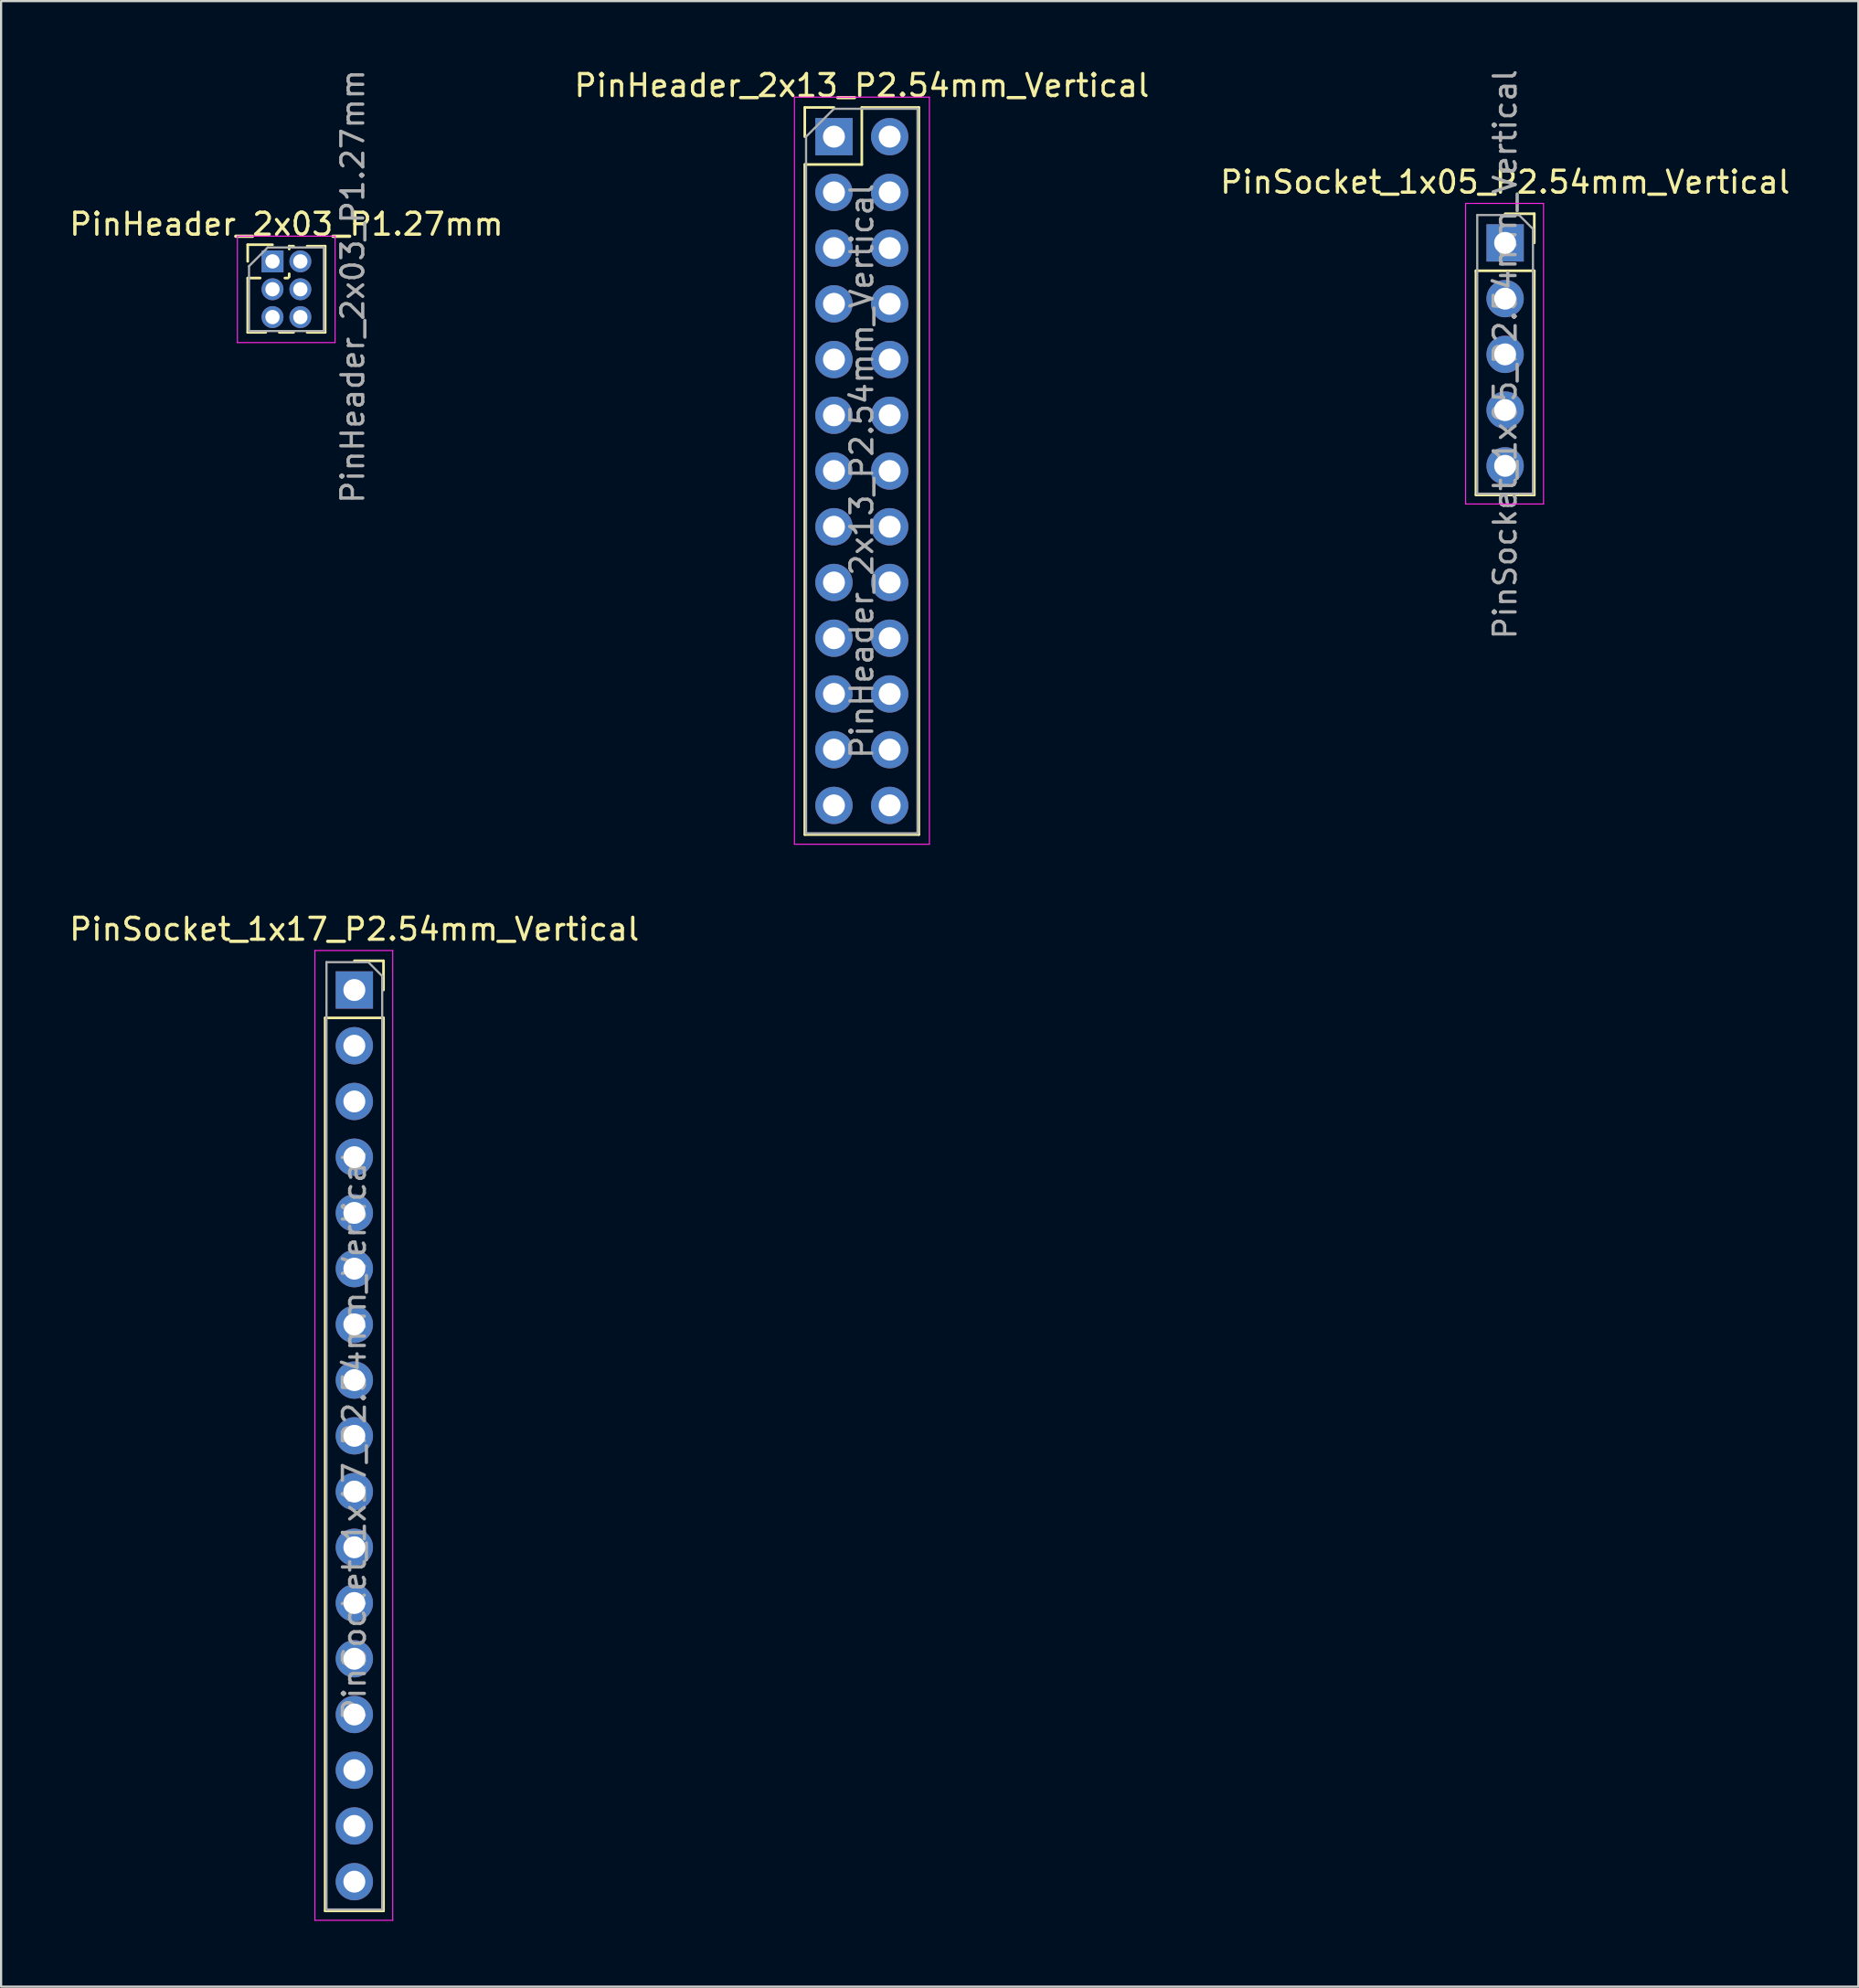
<source format=kicad_pcb>
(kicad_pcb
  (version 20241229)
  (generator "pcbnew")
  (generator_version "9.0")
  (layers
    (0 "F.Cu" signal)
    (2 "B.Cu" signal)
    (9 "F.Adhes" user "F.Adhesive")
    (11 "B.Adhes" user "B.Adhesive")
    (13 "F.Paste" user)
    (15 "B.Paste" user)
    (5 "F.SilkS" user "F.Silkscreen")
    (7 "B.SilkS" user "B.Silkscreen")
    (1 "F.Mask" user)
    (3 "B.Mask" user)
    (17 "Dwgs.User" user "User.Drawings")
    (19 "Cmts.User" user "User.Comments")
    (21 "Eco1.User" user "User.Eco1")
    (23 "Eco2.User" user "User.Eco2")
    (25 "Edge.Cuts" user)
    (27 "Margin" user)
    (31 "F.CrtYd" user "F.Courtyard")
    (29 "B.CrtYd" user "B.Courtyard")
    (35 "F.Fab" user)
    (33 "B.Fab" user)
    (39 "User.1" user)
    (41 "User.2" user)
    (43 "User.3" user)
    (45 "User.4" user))
  (footprint "PinSocket_1x05_P2.54mm_Vertical"
    (layer "F.Cu")
    (at 65.554 8.021)
    (property "Reference" "PinSocket_1x05_P2.54mm_Vertical" (at 0 -2.77 0) (layer "F.SilkS") (effects (font (size 1 1) (thickness 0.15))))
    (attr through_hole)
    (fp_line (start -1.33 1.27) (end -1.33 11.49) (stroke (width 0.12) (type solid)) (layer "F.SilkS"))
    (fp_line (start -1.33 1.27) (end 1.33 1.27) (stroke (width 0.12) (type solid)) (layer "F.SilkS"))
    (fp_line (start -1.33 11.49) (end 1.33 11.49) (stroke (width 0.12) (type solid)) (layer "F.SilkS"))
    (fp_line (start 0 -1.33) (end 1.33 -1.33) (stroke (width 0.12) (type solid)) (layer "F.SilkS"))
    (fp_line (start 1.33 -1.33) (end 1.33 0) (stroke (width 0.12) (type solid)) (layer "F.SilkS"))
    (fp_line (start 1.33 1.27) (end 1.33 11.49) (stroke (width 0.12) (type solid)) (layer "F.SilkS"))
    (fp_line (start -1.8 -1.8) (end 1.75 -1.8) (stroke (width 0.05) (type solid)) (layer "F.CrtYd"))
    (fp_line (start -1.8 11.9) (end -1.8 -1.8) (stroke (width 0.05) (type solid)) (layer "F.CrtYd"))
    (fp_line (start 1.75 -1.8) (end 1.75 11.9) (stroke (width 0.05) (type solid)) (layer "F.CrtYd"))
    (fp_line (start 1.75 11.9) (end -1.8 11.9) (stroke (width 0.05) (type solid)) (layer "F.CrtYd"))
    (fp_line (start -1.27 -1.27) (end 0.635 -1.27) (stroke (width 0.1) (type solid)) (layer "F.Fab"))
    (fp_line (start -1.27 11.43) (end -1.27 -1.27) (stroke (width 0.1) (type solid)) (layer "F.Fab"))
    (fp_line (start 0.635 -1.27) (end 1.27 -0.635) (stroke (width 0.1) (type solid)) (layer "F.Fab"))
    (fp_line (start 1.27 -0.635) (end 1.27 11.43) (stroke (width 0.1) (type solid)) (layer "F.Fab"))
    (fp_line (start 1.27 11.43) (end -1.27 11.43) (stroke (width 0.1) (type solid)) (layer "F.Fab"))
    (fp_text user "${REFERENCE}" (at 0 5.08 90) (layer "F.Fab") (effects (font (size 1 1) (thickness 0.15))))
    (pad "1" thru_hole rect (at 0 0) (size 1.7 1.7) (drill 1) (layers "*.Cu" "*.Mask"))
    (pad "2" thru_hole oval (at 0 2.54) (size 1.7 1.7) (drill 1) (layers "*.Cu" "*.Mask"))
    (pad "3" thru_hole oval (at 0 5.08) (size 1.7 1.7) (drill 1) (layers "*.Cu" "*.Mask"))
    (pad "4" thru_hole oval (at 0 7.62) (size 1.7 1.7) (drill 1) (layers "*.Cu" "*.Mask"))
    (pad "5" thru_hole oval (at 0 10.16) (size 1.7 1.7) (drill 1) (layers "*.Cu" "*.Mask")))
  (footprint "PinHeader_2x13_P2.54mm_Vertical"
    (layer "F.Cu")
    (at 34.962 3.178)
    (property "Reference" "PinHeader_2x13_P2.54mm_Vertical" (at 1.27 -2.33 0) (layer "F.SilkS") (effects (font (size 1 1) (thickness 0.15))))
    (attr through_hole)
    (fp_line (start -1.33 -1.33) (end 0 -1.33) (stroke (width 0.12) (type solid)) (layer "F.SilkS"))
    (fp_line (start -1.33 0) (end -1.33 -1.33) (stroke (width 0.12) (type solid)) (layer "F.SilkS"))
    (fp_line (start -1.33 1.27) (end -1.33 31.81) (stroke (width 0.12) (type solid)) (layer "F.SilkS"))
    (fp_line (start -1.33 1.27) (end 1.27 1.27) (stroke (width 0.12) (type solid)) (layer "F.SilkS"))
    (fp_line (start -1.33 31.81) (end 3.87 31.81) (stroke (width 0.12) (type solid)) (layer "F.SilkS"))
    (fp_line (start 1.27 -1.33) (end 3.87 -1.33) (stroke (width 0.12) (type solid)) (layer "F.SilkS"))
    (fp_line (start 1.27 1.27) (end 1.27 -1.33) (stroke (width 0.12) (type solid)) (layer "F.SilkS"))
    (fp_line (start 3.87 -1.33) (end 3.87 31.81) (stroke (width 0.12) (type solid)) (layer "F.SilkS"))
    (fp_line (start -1.8 -1.8) (end -1.8 32.25) (stroke (width 0.05) (type solid)) (layer "F.CrtYd"))
    (fp_line (start -1.8 32.25) (end 4.35 32.25) (stroke (width 0.05) (type solid)) (layer "F.CrtYd"))
    (fp_line (start 4.35 -1.8) (end -1.8 -1.8) (stroke (width 0.05) (type solid)) (layer "F.CrtYd"))
    (fp_line (start 4.35 32.25) (end 4.35 -1.8) (stroke (width 0.05) (type solid)) (layer "F.CrtYd"))
    (fp_line (start -1.27 0) (end 0 -1.27) (stroke (width 0.1) (type solid)) (layer "F.Fab"))
    (fp_line (start -1.27 31.75) (end -1.27 0) (stroke (width 0.1) (type solid)) (layer "F.Fab"))
    (fp_line (start 0 -1.27) (end 3.81 -1.27) (stroke (width 0.1) (type solid)) (layer "F.Fab"))
    (fp_line (start 3.81 -1.27) (end 3.81 31.75) (stroke (width 0.1) (type solid)) (layer "F.Fab"))
    (fp_line (start 3.81 31.75) (end -1.27 31.75) (stroke (width 0.1) (type solid)) (layer "F.Fab"))
    (fp_text user "${REFERENCE}" (at 1.27 15.24 90) (layer "F.Fab") (effects (font (size 1 1) (thickness 0.15))))
    (pad "1" thru_hole rect (at 0 0) (size 1.7 1.7) (drill 1) (layers "*.Cu" "*.Mask"))
    (pad "2" thru_hole oval (at 2.54 0) (size 1.7 1.7) (drill 1) (layers "*.Cu" "*.Mask"))
    (pad "3" thru_hole oval (at 0 2.54) (size 1.7 1.7) (drill 1) (layers "*.Cu" "*.Mask"))
    (pad "4" thru_hole oval (at 2.54 2.54) (size 1.7 1.7) (drill 1) (layers "*.Cu" "*.Mask"))
    (pad "5" thru_hole oval (at 0 5.08) (size 1.7 1.7) (drill 1) (layers "*.Cu" "*.Mask"))
    (pad "6" thru_hole oval (at 2.54 5.08) (size 1.7 1.7) (drill 1) (layers "*.Cu" "*.Mask"))
    (pad "7" thru_hole oval (at 0 7.62) (size 1.7 1.7) (drill 1) (layers "*.Cu" "*.Mask"))
    (pad "8" thru_hole oval (at 2.54 7.62) (size 1.7 1.7) (drill 1) (layers "*.Cu" "*.Mask"))
    (pad "9" thru_hole oval (at 0 10.16) (size 1.7 1.7) (drill 1) (layers "*.Cu" "*.Mask"))
    (pad "10" thru_hole oval (at 2.54 10.16) (size 1.7 1.7) (drill 1) (layers "*.Cu" "*.Mask"))
    (pad "11" thru_hole oval (at 0 12.7) (size 1.7 1.7) (drill 1) (layers "*.Cu" "*.Mask"))
    (pad "12" thru_hole oval (at 2.54 12.7) (size 1.7 1.7) (drill 1) (layers "*.Cu" "*.Mask"))
    (pad "13" thru_hole oval (at 0 15.24) (size 1.7 1.7) (drill 1) (layers "*.Cu" "*.Mask"))
    (pad "14" thru_hole oval (at 2.54 15.24) (size 1.7 1.7) (drill 1) (layers "*.Cu" "*.Mask"))
    (pad "15" thru_hole oval (at 0 17.78) (size 1.7 1.7) (drill 1) (layers "*.Cu" "*.Mask"))
    (pad "16" thru_hole oval (at 2.54 17.78) (size 1.7 1.7) (drill 1) (layers "*.Cu" "*.Mask"))
    (pad "17" thru_hole oval (at 0 20.32) (size 1.7 1.7) (drill 1) (layers "*.Cu" "*.Mask"))
    (pad "18" thru_hole oval (at 2.54 20.32) (size 1.7 1.7) (drill 1) (layers "*.Cu" "*.Mask"))
    (pad "19" thru_hole oval (at 0 22.86) (size 1.7 1.7) (drill 1) (layers "*.Cu" "*.Mask"))
    (pad "20" thru_hole oval (at 2.54 22.86) (size 1.7 1.7) (drill 1) (layers "*.Cu" "*.Mask"))
    (pad "21" thru_hole oval (at 0 25.4) (size 1.7 1.7) (drill 1) (layers "*.Cu" "*.Mask"))
    (pad "22" thru_hole oval (at 2.54 25.4) (size 1.7 1.7) (drill 1) (layers "*.Cu" "*.Mask"))
    (pad "23" thru_hole oval (at 0 27.94) (size 1.7 1.7) (drill 1) (layers "*.Cu" "*.Mask"))
    (pad "24" thru_hole oval (at 2.54 27.94) (size 1.7 1.7) (drill 1) (layers "*.Cu" "*.Mask"))
    (pad "25" thru_hole oval (at 0 30.48) (size 1.7 1.7) (drill 1) (layers "*.Cu" "*.Mask"))
    (pad "26" thru_hole oval (at 2.54 30.48) (size 1.7 1.7) (drill 1) (layers "*.Cu" "*.Mask")))
  (footprint "PinHeader_2x03_P1.27mm"
    (layer "F.Cu")
    (at 9.371 8.863)
    (property "Reference" "PinHeader_2x03_P1.27mm" (at 0.635 -1.695 0) (layer "F.SilkS") (effects (font (size 1 1) (thickness 0.15))))
    (attr through_hole)
    (fp_line (start -1.13 -0.76) (end 0 -0.76) (stroke (width 0.12) (type solid)) (layer "F.SilkS"))
    (fp_line (start -1.13 0) (end -1.13 -0.76) (stroke (width 0.12) (type solid)) (layer "F.SilkS"))
    (fp_line (start -1.13 0.76) (end -1.13 3.235) (stroke (width 0.12) (type solid)) (layer "F.SilkS"))
    (fp_line (start -1.13 0.76) (end -0.563 0.76) (stroke (width 0.12) (type solid)) (layer "F.SilkS"))
    (fp_line (start -1.13 3.235) (end -0.308 3.235) (stroke (width 0.12) (type solid)) (layer "F.SilkS"))
    (fp_line (start 0.308 3.235) (end 0.962 3.235) (stroke (width 0.12) (type solid)) (layer "F.SilkS"))
    (fp_line (start 0.563 0.76) (end 0.707 0.76) (stroke (width 0.12) (type solid)) (layer "F.SilkS"))
    (fp_line (start 0.76 -0.695) (end 0.962 -0.695) (stroke (width 0.12) (type solid)) (layer "F.SilkS"))
    (fp_line (start 0.76 -0.563) (end 0.76 -0.695) (stroke (width 0.12) (type solid)) (layer "F.SilkS"))
    (fp_line (start 0.76 0.707) (end 0.76 0.563) (stroke (width 0.12) (type solid)) (layer "F.SilkS"))
    (fp_line (start 1.578 -0.695) (end 2.4 -0.695) (stroke (width 0.12) (type solid)) (layer "F.SilkS"))
    (fp_line (start 1.578 3.235) (end 2.4 3.235) (stroke (width 0.12) (type solid)) (layer "F.SilkS"))
    (fp_line (start 2.4 -0.695) (end 2.4 3.235) (stroke (width 0.12) (type solid)) (layer "F.SilkS"))
    (fp_line (start -1.6 -1.15) (end -1.6 3.7) (stroke (width 0.05) (type solid)) (layer "F.CrtYd"))
    (fp_line (start -1.6 3.7) (end 2.85 3.7) (stroke (width 0.05) (type solid)) (layer "F.CrtYd"))
    (fp_line (start 2.85 -1.15) (end -1.6 -1.15) (stroke (width 0.05) (type solid)) (layer "F.CrtYd"))
    (fp_line (start 2.85 3.7) (end 2.85 -1.15) (stroke (width 0.05) (type solid)) (layer "F.CrtYd"))
    (fp_line (start -1.07 0.217) (end -0.217 -0.635) (stroke (width 0.1) (type solid)) (layer "F.Fab"))
    (fp_line (start -1.07 3.175) (end -1.07 0.217) (stroke (width 0.1) (type solid)) (layer "F.Fab"))
    (fp_line (start -0.217 -0.635) (end 2.34 -0.635) (stroke (width 0.1) (type solid)) (layer "F.Fab"))
    (fp_line (start 2.34 -0.635) (end 2.34 3.175) (stroke (width 0.1) (type solid)) (layer "F.Fab"))
    (fp_line (start 2.34 3.175) (end -1.07 3.175) (stroke (width 0.1) (type solid)) (layer "F.Fab"))
    (fp_text user "${REFERENCE}" (at 3.658 1.143 90) (layer "F.Fab") (effects (font (size 1 1) (thickness 0.15))))
    (pad "1" thru_hole rect (at 0 0) (size 1 1) (drill 0.65) (layers "*.Cu" "*.Mask"))
    (pad "2" thru_hole oval (at 1.27 0) (size 1 1) (drill 0.65) (layers "*.Cu" "*.Mask"))
    (pad "3" thru_hole oval (at 0 1.27) (size 1 1) (drill 0.65) (layers "*.Cu" "*.Mask"))
    (pad "4" thru_hole oval (at 1.27 1.27) (size 1 1) (drill 0.65) (layers "*.Cu" "*.Mask"))
    (pad "5" thru_hole oval (at 0 2.54) (size 1 1) (drill 0.65) (layers "*.Cu" "*.Mask"))
    (pad "6" thru_hole oval (at 1.27 2.54) (size 1 1) (drill 0.65) (layers "*.Cu" "*.Mask")))
  (footprint "PinSocket_1x17_P2.54mm_Vertical"
    (layer "F.Cu")
    (at 13.101 42.072)
    (property "Reference" "PinSocket_1x17_P2.54mm_Vertical" (at 0 -2.77 0) (layer "F.SilkS") (effects (font (size 1 1) (thickness 0.15))))
    (attr through_hole)
    (fp_line (start -1.33 1.27) (end -1.33 41.97) (stroke (width 0.12) (type solid)) (layer "F.SilkS"))
    (fp_line (start -1.33 1.27) (end 1.33 1.27) (stroke (width 0.12) (type solid)) (layer "F.SilkS"))
    (fp_line (start -1.33 41.97) (end 1.33 41.97) (stroke (width 0.12) (type solid)) (layer "F.SilkS"))
    (fp_line (start 0 -1.33) (end 1.33 -1.33) (stroke (width 0.12) (type solid)) (layer "F.SilkS"))
    (fp_line (start 1.33 -1.33) (end 1.33 0) (stroke (width 0.12) (type solid)) (layer "F.SilkS"))
    (fp_line (start 1.33 1.27) (end 1.33 41.97) (stroke (width 0.12) (type solid)) (layer "F.SilkS"))
    (fp_line (start -1.8 -1.8) (end 1.75 -1.8) (stroke (width 0.05) (type solid)) (layer "F.CrtYd"))
    (fp_line (start -1.8 42.4) (end -1.8 -1.8) (stroke (width 0.05) (type solid)) (layer "F.CrtYd"))
    (fp_line (start 1.75 -1.8) (end 1.75 42.4) (stroke (width 0.05) (type solid)) (layer "F.CrtYd"))
    (fp_line (start 1.75 42.4) (end -1.8 42.4) (stroke (width 0.05) (type solid)) (layer "F.CrtYd"))
    (fp_line (start -1.27 -1.27) (end 0.635 -1.27) (stroke (width 0.1) (type solid)) (layer "F.Fab"))
    (fp_line (start -1.27 41.91) (end -1.27 -1.27) (stroke (width 0.1) (type solid)) (layer "F.Fab"))
    (fp_line (start 0.635 -1.27) (end 1.27 -0.635) (stroke (width 0.1) (type solid)) (layer "F.Fab"))
    (fp_line (start 1.27 -0.635) (end 1.27 41.91) (stroke (width 0.1) (type solid)) (layer "F.Fab"))
    (fp_line (start 1.27 41.91) (end -1.27 41.91) (stroke (width 0.1) (type solid)) (layer "F.Fab"))
    (fp_text user "${REFERENCE}" (at 0 20.32 90) (layer "F.Fab") (effects (font (size 1 1) (thickness 0.15))))
    (pad "1" thru_hole rect (at 0 0) (size 1.7 1.7) (drill 1) (layers "*.Cu" "*.Mask"))
    (pad "2" thru_hole oval (at 0 2.54) (size 1.7 1.7) (drill 1) (layers "*.Cu" "*.Mask"))
    (pad "3" thru_hole oval (at 0 5.08) (size 1.7 1.7) (drill 1) (layers "*.Cu" "*.Mask"))
    (pad "4" thru_hole oval (at 0 7.62) (size 1.7 1.7) (drill 1) (layers "*.Cu" "*.Mask"))
    (pad "5" thru_hole oval (at 0 10.16) (size 1.7 1.7) (drill 1) (layers "*.Cu" "*.Mask"))
    (pad "6" thru_hole oval (at 0 12.7) (size 1.7 1.7) (drill 1) (layers "*.Cu" "*.Mask"))
    (pad "7" thru_hole oval (at 0 15.24) (size 1.7 1.7) (drill 1) (layers "*.Cu" "*.Mask"))
    (pad "8" thru_hole oval (at 0 17.78) (size 1.7 1.7) (drill 1) (layers "*.Cu" "*.Mask"))
    (pad "9" thru_hole oval (at 0 20.32) (size 1.7 1.7) (drill 1) (layers "*.Cu" "*.Mask"))
    (pad "10" thru_hole oval (at 0 22.86) (size 1.7 1.7) (drill 1) (layers "*.Cu" "*.Mask"))
    (pad "11" thru_hole oval (at 0 25.4) (size 1.7 1.7) (drill 1) (layers "*.Cu" "*.Mask"))
    (pad "12" thru_hole oval (at 0 27.94) (size 1.7 1.7) (drill 1) (layers "*.Cu" "*.Mask"))
    (pad "13" thru_hole oval (at 0 30.48) (size 1.7 1.7) (drill 1) (layers "*.Cu" "*.Mask"))
    (pad "14" thru_hole oval (at 0 33.02) (size 1.7 1.7) (drill 1) (layers "*.Cu" "*.Mask"))
    (pad "15" thru_hole oval (at 0 35.56) (size 1.7 1.7) (drill 1) (layers "*.Cu" "*.Mask"))
    (pad "16" thru_hole oval (at 0 38.1) (size 1.7 1.7) (drill 1) (layers "*.Cu" "*.Mask"))
    (pad "17" thru_hole oval (at 0 40.64) (size 1.7 1.7) (drill 1) (layers "*.Cu" "*.Mask")))
  (gr_rect
    (start -3 -3)
    (end 81.655 87.496)
    (stroke (width 0.1) (type default))
    (fill no)
    (layer "Edge.Cuts")))
</source>
